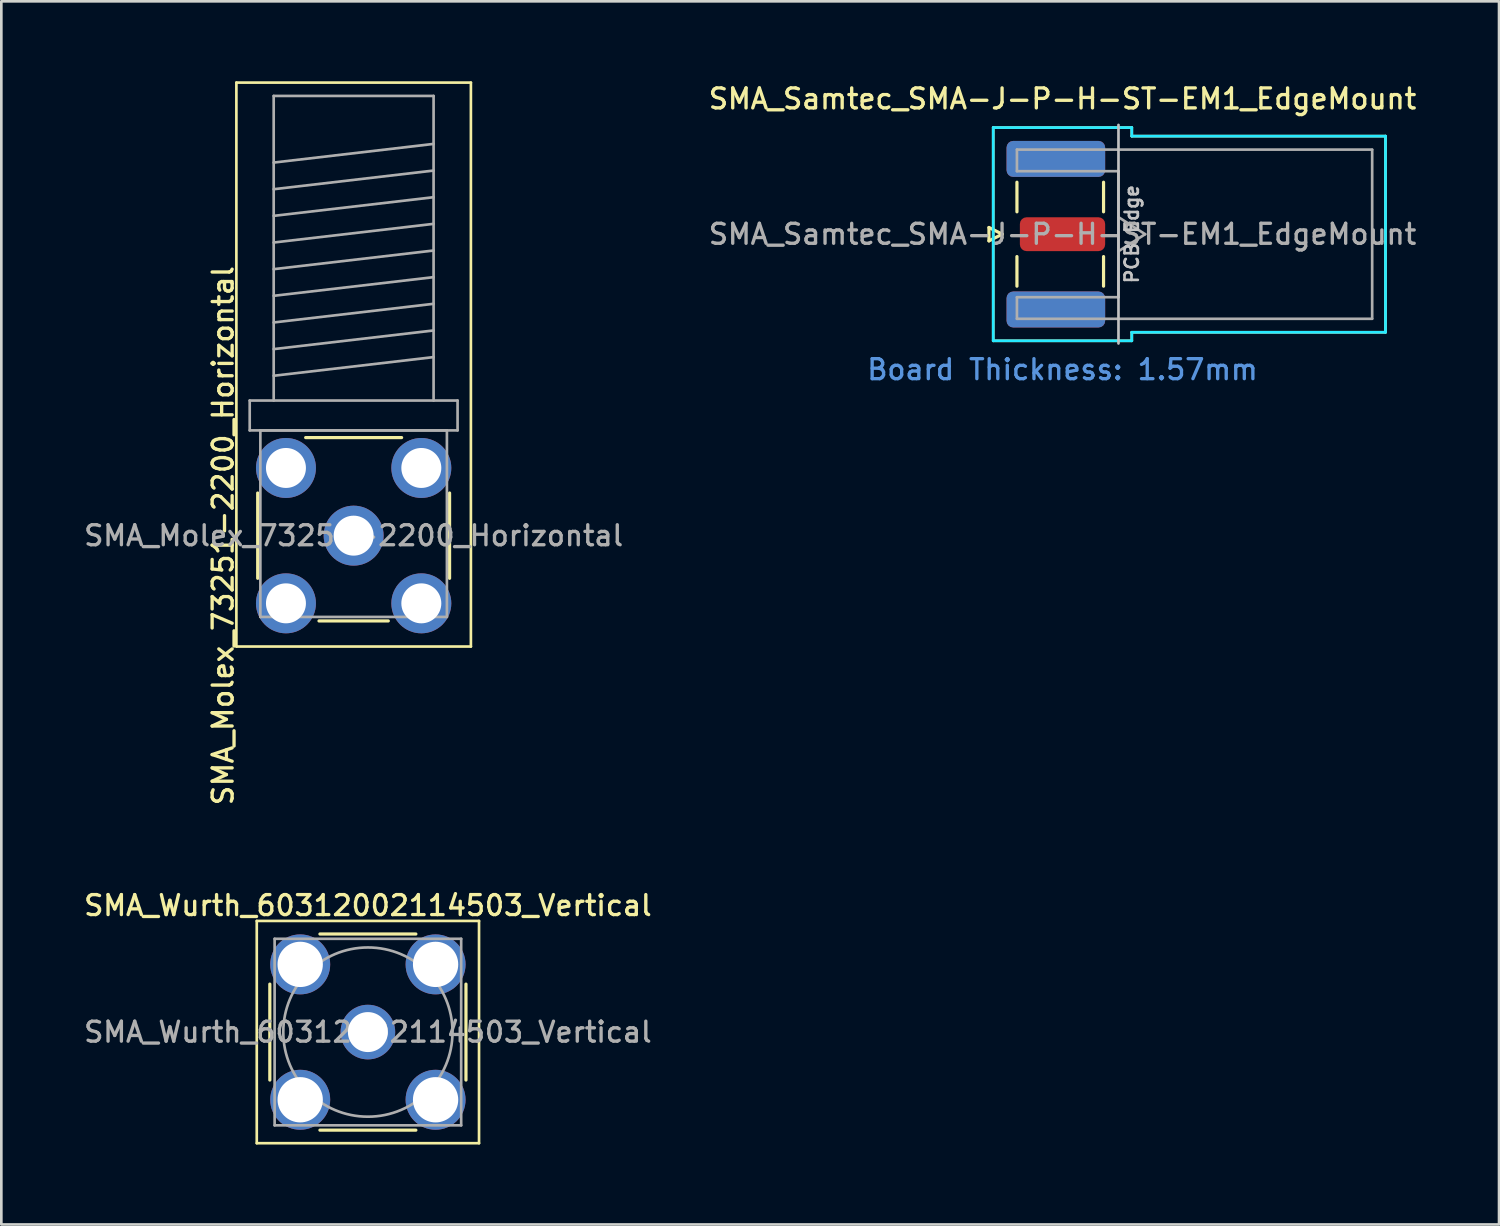
<source format=kicad_pcb>
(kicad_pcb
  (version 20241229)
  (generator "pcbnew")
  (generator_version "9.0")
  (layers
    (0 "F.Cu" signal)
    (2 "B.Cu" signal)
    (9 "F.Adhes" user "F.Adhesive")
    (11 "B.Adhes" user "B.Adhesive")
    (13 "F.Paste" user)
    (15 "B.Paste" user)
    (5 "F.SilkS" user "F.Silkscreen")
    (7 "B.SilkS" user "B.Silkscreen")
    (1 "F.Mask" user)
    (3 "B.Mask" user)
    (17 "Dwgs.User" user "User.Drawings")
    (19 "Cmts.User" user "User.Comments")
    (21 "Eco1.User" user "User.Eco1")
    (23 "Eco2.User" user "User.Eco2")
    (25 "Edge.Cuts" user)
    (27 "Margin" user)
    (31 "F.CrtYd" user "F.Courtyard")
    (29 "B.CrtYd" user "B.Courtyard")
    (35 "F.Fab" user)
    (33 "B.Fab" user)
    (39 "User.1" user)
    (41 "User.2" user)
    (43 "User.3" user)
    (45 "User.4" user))
  (footprint "SMA_Samtec_SMA-J-P-H-ST-EM1_EdgeMount"
    (layer "F.Cu")
    (at 36.82 5.738)
    (property "Reference" "SMA_Samtec_SMA-J-P-H-ST-EM1_EdgeMount" (at 0 -5.08 180) (layer "F.SilkS") (effects (font (size 0.75 0.75) (thickness 0.125))))
    (attr smd)
    (fp_line (start -2.76 -0.25) (end -2.76 0.25) (stroke (width 0.12) (type solid)) (layer "F.SilkS"))
    (fp_line (start -2.76 0.25) (end -2.26 0) (stroke (width 0.12) (type solid)) (layer "F.SilkS"))
    (fp_line (start -2.6 4) (end -2.6 -4) (stroke (width 0.1) (type solid)) (layer "F.SilkS"))
    (fp_line (start -2.26 0) (end -2.76 -0.25) (stroke (width 0.12) (type solid)) (layer "F.SilkS"))
    (fp_line (start -1.71 -0.84) (end -1.71 -1.95) (stroke (width 0.12) (type solid)) (layer "F.SilkS"))
    (fp_line (start -1.71 1.95) (end -1.71 0.84) (stroke (width 0.12) (type solid)) (layer "F.SilkS"))
    (fp_line (start 1.54 -0.84) (end 1.54 -1.95) (stroke (width 0.12) (type solid)) (layer "F.SilkS"))
    (fp_line (start 1.54 1.95) (end 1.54 0.84) (stroke (width 0.12) (type solid)) (layer "F.SilkS"))
    (fp_line (start 2.6 -4) (end -2.6 -4) (stroke (width 0.1) (type solid)) (layer "F.SilkS"))
    (fp_line (start 2.6 -3.68) (end 2.6 -4) (stroke (width 0.1) (type solid)) (layer "F.SilkS"))
    (fp_line (start 2.6 -3.68) (end 12.12 -3.68) (stroke (width 0.1) (type solid)) (layer "F.SilkS"))
    (fp_line (start 2.6 3.68) (end 2.6 4) (stroke (width 0.1) (type solid)) (layer "F.SilkS"))
    (fp_line (start 2.6 4) (end -2.6 4) (stroke (width 0.1) (type solid)) (layer "F.SilkS"))
    (fp_line (start 12.12 -3.68) (end 12.12 3.68) (stroke (width 0.1) (type solid)) (layer "F.SilkS"))
    (fp_line (start 12.12 3.68) (end 2.6 3.68) (stroke (width 0.1) (type solid)) (layer "F.SilkS"))
    (fp_line (start 2.1 -4.1) (end 2.1 4.1) (stroke (width 0.1) (type solid)) (layer "Dwgs.User"))
    (fp_line (start -2.6 4) (end -2.6 -4) (stroke (width 0.1) (type solid)) (layer "B.CrtYd"))
    (fp_line (start 2.6 -4) (end -2.6 -4) (stroke (width 0.1) (type solid)) (layer "B.CrtYd"))
    (fp_line (start 2.6 -4) (end 2.6 -3.68) (stroke (width 0.1) (type solid)) (layer "B.CrtYd"))
    (fp_line (start 2.6 -3.68) (end 12.12 -3.68) (stroke (width 0.1) (type solid)) (layer "B.CrtYd"))
    (fp_line (start 2.6 3.68) (end 2.6 4) (stroke (width 0.1) (type solid)) (layer "B.CrtYd"))
    (fp_line (start 2.6 4) (end -2.6 4) (stroke (width 0.1) (type solid)) (layer "B.CrtYd"))
    (fp_line (start 12.12 -3.68) (end 12.12 3.68) (stroke (width 0.1) (type solid)) (layer "B.CrtYd"))
    (fp_line (start 12.12 3.68) (end 2.6 3.68) (stroke (width 0.1) (type solid)) (layer "B.CrtYd"))
    (fp_line (start -1.71 -3.175) (end -1.71 -2.365) (stroke (width 0.1) (type solid)) (layer "F.Fab"))
    (fp_line (start -1.71 -3.175) (end 11.62 -3.175) (stroke (width 0.1) (type solid)) (layer "F.Fab"))
    (fp_line (start -1.71 -2.365) (end 2.1 -2.365) (stroke (width 0.1) (type solid)) (layer "F.Fab"))
    (fp_line (start -1.71 2.365) (end -1.71 3.175) (stroke (width 0.1) (type solid)) (layer "F.Fab"))
    (fp_line (start -1.71 3.175) (end 11.62 3.175) (stroke (width 0.1) (type solid)) (layer "F.Fab"))
    (fp_line (start 2.1 -2.365) (end 2.1 2.365) (stroke (width 0.1) (type solid)) (layer "F.Fab"))
    (fp_line (start 2.1 -0.64) (end 3.1 0) (stroke (width 0.1) (type solid)) (layer "F.Fab"))
    (fp_line (start 2.1 2.365) (end -1.71 2.365) (stroke (width 0.1) (type solid)) (layer "F.Fab"))
    (fp_line (start 3.1 0) (end 2.1 0.64) (stroke (width 0.1) (type solid)) (layer "F.Fab"))
    (fp_line (start 11.62 -3.165) (end 11.62 3.165) (stroke (width 0.1) (type solid)) (layer "F.Fab"))
    (fp_text user "PCB Edge" (at 2.6 0 90) (layer "Dwgs.User") (effects (font (size 0.5 0.5) (thickness 0.1))))
    (fp_text user "Board Thickness: 1.57mm" (at 0 5.08 0) (layer "Cmts.User") (effects (font (size 0.75 0.75) (thickness 0.125))))
    (fp_text user "${REFERENCE}" (at 0 0 0) (layer "F.Fab") (effects (font (size 0.75 0.75) (thickness 0.125))))
    (pad "1" smd roundrect (at 0 0 90) (size 1.27 3.2) (layers "F.Cu" "F.Mask") (roundrect_rratio 0.197))
    (pad "2" smd roundrect (at -0.25 -2.825 90) (size 1.35 3.7) (layers "F.Cu" "F.Mask") (roundrect_rratio 0.185))
    (pad "2" smd roundrect (at -0.25 -2.825 90) (size 1.35 3.7) (layers "B.Cu" "B.Mask") (roundrect_rratio 0.185))
    (pad "2" smd roundrect (at -0.25 2.825 90) (size 1.35 3.7) (layers "F.Cu" "F.Mask") (roundrect_rratio 0.185))
    (pad "2" smd roundrect (at -0.25 2.825 90) (size 1.35 3.7) (layers "B.Cu" "B.Mask") (roundrect_rratio 0.185)))
  (footprint "SMA_Wurth_60312002114503_Vertical"
    (layer "F.Cu")
    (at 10.755 35.678)
    (property "Reference" "SMA_Wurth_60312002114503_Vertical" (at 0 -4.75 0) (layer "F.SilkS") (effects (font (size 0.75 0.75) (thickness 0.125))))
    (attr through_hole)
    (fp_line (start -4.17 -4.17) (end -4.17 4.17) (stroke (width 0.1) (type solid)) (layer "F.SilkS"))
    (fp_line (start -4.17 -4.17) (end 4.17 -4.17) (stroke (width 0.1) (type solid)) (layer "F.SilkS"))
    (fp_line (start -3.68 -1.8) (end -3.68 1.8) (stroke (width 0.12) (type solid)) (layer "F.SilkS"))
    (fp_line (start -1.8 -3.68) (end 1.8 -3.68) (stroke (width 0.12) (type solid)) (layer "F.SilkS"))
    (fp_line (start -1.8 3.68) (end 1.8 3.68) (stroke (width 0.12) (type solid)) (layer "F.SilkS"))
    (fp_line (start 3.68 -1.8) (end 3.68 1.8) (stroke (width 0.12) (type solid)) (layer "F.SilkS"))
    (fp_line (start 4.17 4.17) (end -4.17 4.17) (stroke (width 0.1) (type solid)) (layer "F.SilkS"))
    (fp_line (start 4.17 4.17) (end 4.17 -4.17) (stroke (width 0.1) (type solid)) (layer "F.SilkS"))
    (fp_line (start -3.5 -3.5) (end -3.5 3.5) (stroke (width 0.1) (type solid)) (layer "F.Fab"))
    (fp_line (start -3.5 -3.5) (end 3.5 -3.5) (stroke (width 0.1) (type solid)) (layer "F.Fab"))
    (fp_line (start -3.5 3.5) (end 3.5 3.5) (stroke (width 0.1) (type solid)) (layer "F.Fab"))
    (fp_line (start 3.5 -3.5) (end 3.5 3.5) (stroke (width 0.1) (type solid)) (layer "F.Fab"))
    (fp_circle (center 0 0) (end 3.175 0) (stroke (width 0.1) (type solid)) (fill no) (layer "F.Fab"))
    (fp_text user "${REFERENCE}" (at 0 0 0) (layer "F.Fab") (effects (font (size 0.75 0.75) (thickness 0.125))))
    (pad "1" thru_hole circle (at 0 0) (size 2.05 2.05) (drill 1.5) (layers "*.Cu" "*.Mask"))
    (pad "2" thru_hole circle (at -2.54 -2.54) (size 2.25 2.25) (drill 1.7) (layers "*.Cu" "*.Mask"))
    (pad "2" thru_hole circle (at -2.54 2.54) (size 2.25 2.25) (drill 1.7) (layers "*.Cu" "*.Mask"))
    (pad "2" thru_hole circle (at 2.54 -2.54) (size 2.25 2.25) (drill 1.7) (layers "*.Cu" "*.Mask"))
    (pad "2" thru_hole circle (at 2.54 2.54) (size 2.25 2.25) (drill 1.7) (layers "*.Cu" "*.Mask")))
  (footprint "SMA_Molex_73251-2200_Horizontal"
    (layer "F.Cu")
    (at 10.22 17.05)
    (property "Reference" "SMA_Molex_73251-2200_Horizontal" (at -4.9 0 90) (layer "F.SilkS") (effects (font (size 0.75 0.75) (thickness 0.125))))
    (attr through_hole)
    (fp_line (start -4.4 -17) (end -4.4 4.16) (stroke (width 0.1) (type solid)) (layer "F.SilkS"))
    (fp_line (start -4.4 -17) (end 4.4 -17) (stroke (width 0.1) (type solid)) (layer "F.SilkS"))
    (fp_line (start -3.6 -1.6) (end -3.6 1.6) (stroke (width 0.12) (type solid)) (layer "F.SilkS"))
    (fp_line (start -1.8 -3.68) (end 1.8 -3.68) (stroke (width 0.12) (type solid)) (layer "F.SilkS"))
    (fp_line (start -1.3 3.2) (end 1.3 3.2) (stroke (width 0.12) (type solid)) (layer "F.SilkS"))
    (fp_line (start 3.6 -1.6) (end 3.6 1.6) (stroke (width 0.12) (type solid)) (layer "F.SilkS"))
    (fp_line (start 4.4 4.16) (end -4.4 4.16) (stroke (width 0.1) (type solid)) (layer "F.SilkS"))
    (fp_line (start 4.4 4.16) (end 4.4 -17) (stroke (width 0.1) (type solid)) (layer "F.SilkS"))
    (fp_line (start -3.9 -5.07) (end -3.9 -3.95) (stroke (width 0.1) (type solid)) (layer "F.Fab"))
    (fp_line (start -3.9 -3.95) (end 3.9 -3.95) (stroke (width 0.1) (type solid)) (layer "F.Fab"))
    (fp_line (start -3.5 -3.95) (end -3.5 3.05) (stroke (width 0.1) (type solid)) (layer "F.Fab"))
    (fp_line (start -3.5 -3.95) (end 3.5 -3.95) (stroke (width 0.1) (type solid)) (layer "F.Fab"))
    (fp_line (start -3.5 3.05) (end 3.5 3.05) (stroke (width 0.1) (type solid)) (layer "F.Fab"))
    (fp_line (start -3 -16.5) (end -3 -5.07) (stroke (width 0.1) (type solid)) (layer "F.Fab"))
    (fp_line (start -3 -16.5) (end 3 -16.5) (stroke (width 0.1) (type solid)) (layer "F.Fab"))
    (fp_line (start -3 -14) (end 3 -14.7) (stroke (width 0.1) (type solid)) (layer "F.Fab"))
    (fp_line (start -3 -13) (end 3 -13.7) (stroke (width 0.1) (type solid)) (layer "F.Fab"))
    (fp_line (start -3 -12) (end 3 -12.7) (stroke (width 0.1) (type solid)) (layer "F.Fab"))
    (fp_line (start -3 -11) (end 3 -11.7) (stroke (width 0.1) (type solid)) (layer "F.Fab"))
    (fp_line (start -3 -10) (end 3 -10.7) (stroke (width 0.1) (type solid)) (layer "F.Fab"))
    (fp_line (start -3 -9) (end 3 -9.7) (stroke (width 0.1) (type solid)) (layer "F.Fab"))
    (fp_line (start -3 -8) (end 3 -8.7) (stroke (width 0.1) (type solid)) (layer "F.Fab"))
    (fp_line (start -3 -7) (end 3 -7.7) (stroke (width 0.1) (type solid)) (layer "F.Fab"))
    (fp_line (start -3 -6) (end 3 -6.7) (stroke (width 0.1) (type solid)) (layer "F.Fab"))
    (fp_line (start 3 -16.5) (end 3 -5.07) (stroke (width 0.1) (type solid)) (layer "F.Fab"))
    (fp_line (start 3.5 -3.95) (end 3.5 3.05) (stroke (width 0.1) (type solid)) (layer "F.Fab"))
    (fp_line (start 3.9 -5.07) (end -3.9 -5.07) (stroke (width 0.1) (type solid)) (layer "F.Fab"))
    (fp_line (start 3.9 -3.95) (end 3.9 -5.07) (stroke (width 0.1) (type solid)) (layer "F.Fab"))
    (fp_text user "${REFERENCE}" (at 0 0 0) (layer "F.Fab") (effects (font (size 0.75 0.75) (thickness 0.125))))
    (pad "1" thru_hole circle (at 0 0) (size 2.25 2.25) (drill 1.5) (layers "*.Cu" "*.Mask"))
    (pad "2" thru_hole circle (at -2.54 -2.54) (size 2.25 2.25) (drill 1.5) (layers "*.Cu" "*.Mask"))
    (pad "2" thru_hole circle (at -2.54 2.54) (size 2.25 2.25) (drill 1.5) (layers "*.Cu" "*.Mask"))
    (pad "2" thru_hole circle (at 2.54 -2.54) (size 2.25 2.25) (drill 1.5) (layers "*.Cu" "*.Mask"))
    (pad "2" thru_hole circle (at 2.54 2.54 90) (size 2.25 2.25) (drill 1.5) (layers "*.Cu" "*.Mask")))
  (gr_rect
    (start -3 -3)
    (end 53.2 42.898)
    (stroke (width 0.1) (type default))
    (fill no)
    (layer "Edge.Cuts")))
</source>
